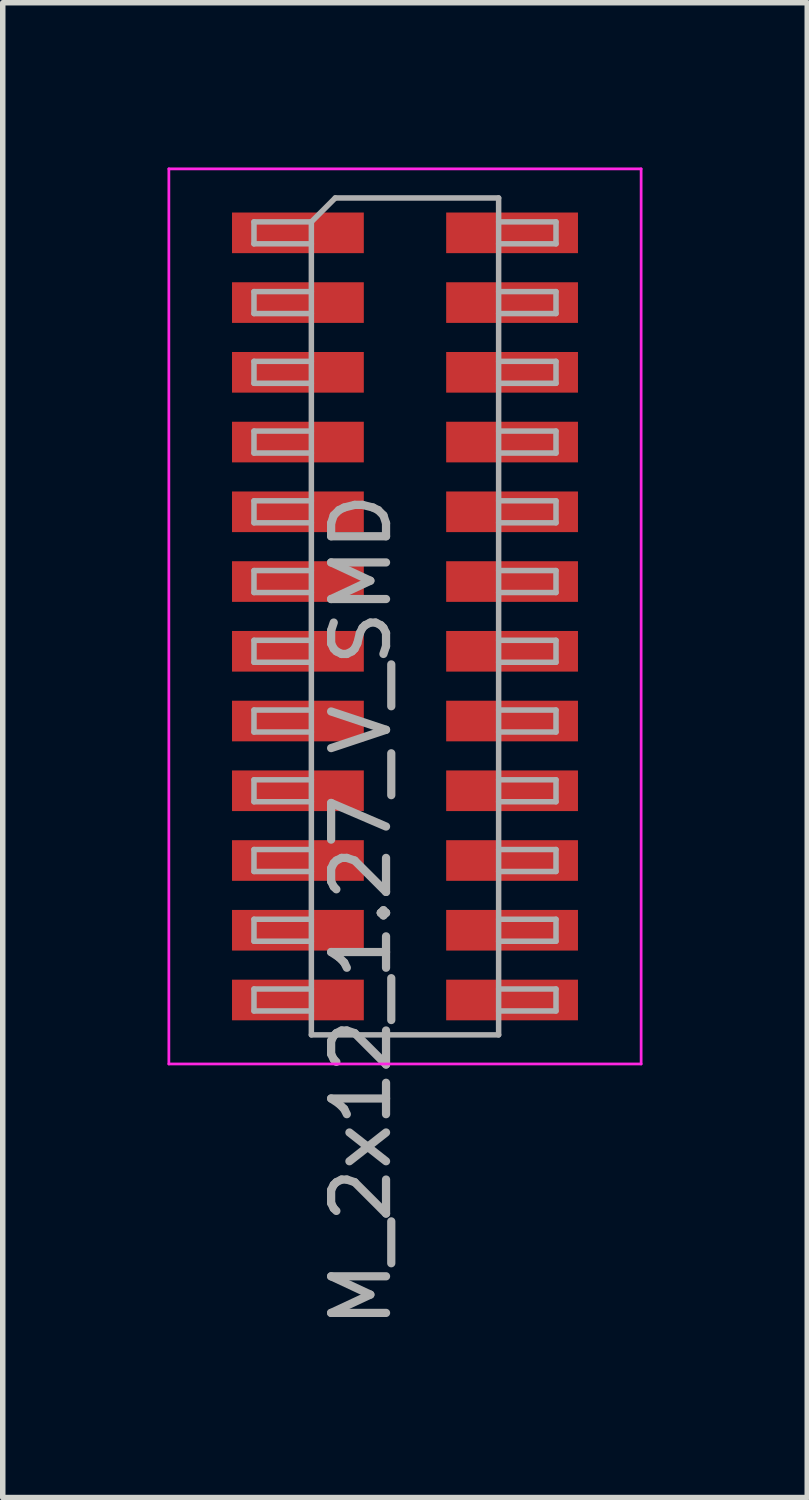
<source format=kicad_pcb>
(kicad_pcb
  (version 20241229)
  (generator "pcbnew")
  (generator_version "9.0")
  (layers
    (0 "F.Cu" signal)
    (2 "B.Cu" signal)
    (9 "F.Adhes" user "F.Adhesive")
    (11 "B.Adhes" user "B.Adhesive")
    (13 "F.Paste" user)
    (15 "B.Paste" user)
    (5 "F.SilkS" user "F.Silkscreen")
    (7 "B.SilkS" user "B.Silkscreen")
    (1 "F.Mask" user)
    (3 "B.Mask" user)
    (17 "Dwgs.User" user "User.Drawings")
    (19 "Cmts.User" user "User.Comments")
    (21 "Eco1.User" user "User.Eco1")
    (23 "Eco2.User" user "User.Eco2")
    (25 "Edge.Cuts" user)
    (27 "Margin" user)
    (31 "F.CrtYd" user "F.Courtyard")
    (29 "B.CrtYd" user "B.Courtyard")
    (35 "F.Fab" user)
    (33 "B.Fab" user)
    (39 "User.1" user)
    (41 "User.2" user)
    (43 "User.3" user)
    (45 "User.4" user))
  (footprint "M_2x12_1.27_V_SMD"
    (layer "F.Cu")
    (at 4.325 8.175)
    (property "Reference" "M_2x12_1.27_V_SMD" (at -0.8 5.35 90) (layer "F.Fab") (effects (font (size 1 1) (thickness 0.15))))
    (attr smd)
    (fp_line (start -4.3 -8.15) (end -4.3 8.15) (stroke (width 0.05) (type solid)) (layer "F.CrtYd"))
    (fp_line (start -4.3 8.15) (end 4.3 8.15) (stroke (width 0.05) (type solid)) (layer "F.CrtYd"))
    (fp_line (start 4.3 -8.15) (end -4.3 -8.15) (stroke (width 0.05) (type solid)) (layer "F.CrtYd"))
    (fp_line (start 4.3 8.15) (end 4.3 -8.15) (stroke (width 0.05) (type solid)) (layer "F.CrtYd"))
    (fp_line (start -2.75 -7.185) (end -2.75 -6.785) (stroke (width 0.1) (type solid)) (layer "F.Fab"))
    (fp_line (start -2.75 -6.785) (end -1.705 -6.785) (stroke (width 0.1) (type solid)) (layer "F.Fab"))
    (fp_line (start -2.75 -5.915) (end -2.75 -5.515) (stroke (width 0.1) (type solid)) (layer "F.Fab"))
    (fp_line (start -2.75 -5.515) (end -1.705 -5.515) (stroke (width 0.1) (type solid)) (layer "F.Fab"))
    (fp_line (start -2.75 -4.645) (end -2.75 -4.245) (stroke (width 0.1) (type solid)) (layer "F.Fab"))
    (fp_line (start -2.75 -4.245) (end -1.705 -4.245) (stroke (width 0.1) (type solid)) (layer "F.Fab"))
    (fp_line (start -2.75 -3.375) (end -2.75 -2.975) (stroke (width 0.1) (type solid)) (layer "F.Fab"))
    (fp_line (start -2.75 -2.975) (end -1.705 -2.975) (stroke (width 0.1) (type solid)) (layer "F.Fab"))
    (fp_line (start -2.75 -2.105) (end -2.75 -1.705) (stroke (width 0.1) (type solid)) (layer "F.Fab"))
    (fp_line (start -2.75 -1.705) (end -1.705 -1.705) (stroke (width 0.1) (type solid)) (layer "F.Fab"))
    (fp_line (start -2.75 -0.835) (end -2.75 -0.435) (stroke (width 0.1) (type solid)) (layer "F.Fab"))
    (fp_line (start -2.75 -0.435) (end -1.705 -0.435) (stroke (width 0.1) (type solid)) (layer "F.Fab"))
    (fp_line (start -2.75 0.435) (end -2.75 0.835) (stroke (width 0.1) (type solid)) (layer "F.Fab"))
    (fp_line (start -2.75 0.835) (end -1.705 0.835) (stroke (width 0.1) (type solid)) (layer "F.Fab"))
    (fp_line (start -2.75 1.705) (end -2.75 2.105) (stroke (width 0.1) (type solid)) (layer "F.Fab"))
    (fp_line (start -2.75 2.105) (end -1.705 2.105) (stroke (width 0.1) (type solid)) (layer "F.Fab"))
    (fp_line (start -2.75 2.975) (end -2.75 3.375) (stroke (width 0.1) (type solid)) (layer "F.Fab"))
    (fp_line (start -2.75 3.375) (end -1.705 3.375) (stroke (width 0.1) (type solid)) (layer "F.Fab"))
    (fp_line (start -2.75 4.245) (end -2.75 4.645) (stroke (width 0.1) (type solid)) (layer "F.Fab"))
    (fp_line (start -2.75 4.645) (end -1.705 4.645) (stroke (width 0.1) (type solid)) (layer "F.Fab"))
    (fp_line (start -2.75 5.515) (end -2.75 5.915) (stroke (width 0.1) (type solid)) (layer "F.Fab"))
    (fp_line (start -2.75 5.915) (end -1.705 5.915) (stroke (width 0.1) (type solid)) (layer "F.Fab"))
    (fp_line (start -2.75 6.785) (end -2.75 7.185) (stroke (width 0.1) (type solid)) (layer "F.Fab"))
    (fp_line (start -2.75 7.185) (end -1.705 7.185) (stroke (width 0.1) (type solid)) (layer "F.Fab"))
    (fp_line (start -1.705 -7.185) (end -2.75 -7.185) (stroke (width 0.1) (type solid)) (layer "F.Fab"))
    (fp_line (start -1.705 -7.185) (end -1.27 -7.62) (stroke (width 0.1) (type solid)) (layer "F.Fab"))
    (fp_line (start -1.705 -5.915) (end -2.75 -5.915) (stroke (width 0.1) (type solid)) (layer "F.Fab"))
    (fp_line (start -1.705 -4.645) (end -2.75 -4.645) (stroke (width 0.1) (type solid)) (layer "F.Fab"))
    (fp_line (start -1.705 -3.375) (end -2.75 -3.375) (stroke (width 0.1) (type solid)) (layer "F.Fab"))
    (fp_line (start -1.705 -2.105) (end -2.75 -2.105) (stroke (width 0.1) (type solid)) (layer "F.Fab"))
    (fp_line (start -1.705 -0.835) (end -2.75 -0.835) (stroke (width 0.1) (type solid)) (layer "F.Fab"))
    (fp_line (start -1.705 0.435) (end -2.75 0.435) (stroke (width 0.1) (type solid)) (layer "F.Fab"))
    (fp_line (start -1.705 1.705) (end -2.75 1.705) (stroke (width 0.1) (type solid)) (layer "F.Fab"))
    (fp_line (start -1.705 2.975) (end -2.75 2.975) (stroke (width 0.1) (type solid)) (layer "F.Fab"))
    (fp_line (start -1.705 4.245) (end -2.75 4.245) (stroke (width 0.1) (type solid)) (layer "F.Fab"))
    (fp_line (start -1.705 5.515) (end -2.75 5.515) (stroke (width 0.1) (type solid)) (layer "F.Fab"))
    (fp_line (start -1.705 6.785) (end -2.75 6.785) (stroke (width 0.1) (type solid)) (layer "F.Fab"))
    (fp_line (start -1.705 7.62) (end -1.705 -7.185) (stroke (width 0.1) (type solid)) (layer "F.Fab"))
    (fp_line (start -1.27 -7.62) (end 1.705 -7.62) (stroke (width 0.1) (type solid)) (layer "F.Fab"))
    (fp_line (start 1.705 -7.62) (end 1.705 7.62) (stroke (width 0.1) (type solid)) (layer "F.Fab"))
    (fp_line (start 1.705 -7.185) (end 2.75 -7.185) (stroke (width 0.1) (type solid)) (layer "F.Fab"))
    (fp_line (start 1.705 -5.915) (end 2.75 -5.915) (stroke (width 0.1) (type solid)) (layer "F.Fab"))
    (fp_line (start 1.705 -4.645) (end 2.75 -4.645) (stroke (width 0.1) (type solid)) (layer "F.Fab"))
    (fp_line (start 1.705 -3.375) (end 2.75 -3.375) (stroke (width 0.1) (type solid)) (layer "F.Fab"))
    (fp_line (start 1.705 -2.105) (end 2.75 -2.105) (stroke (width 0.1) (type solid)) (layer "F.Fab"))
    (fp_line (start 1.705 -0.835) (end 2.75 -0.835) (stroke (width 0.1) (type solid)) (layer "F.Fab"))
    (fp_line (start 1.705 0.435) (end 2.75 0.435) (stroke (width 0.1) (type solid)) (layer "F.Fab"))
    (fp_line (start 1.705 1.705) (end 2.75 1.705) (stroke (width 0.1) (type solid)) (layer "F.Fab"))
    (fp_line (start 1.705 2.975) (end 2.75 2.975) (stroke (width 0.1) (type solid)) (layer "F.Fab"))
    (fp_line (start 1.705 4.245) (end 2.75 4.245) (stroke (width 0.1) (type solid)) (layer "F.Fab"))
    (fp_line (start 1.705 5.515) (end 2.75 5.515) (stroke (width 0.1) (type solid)) (layer "F.Fab"))
    (fp_line (start 1.705 6.785) (end 2.75 6.785) (stroke (width 0.1) (type solid)) (layer "F.Fab"))
    (fp_line (start 1.705 7.62) (end -1.705 7.62) (stroke (width 0.1) (type solid)) (layer "F.Fab"))
    (fp_line (start 2.75 -7.185) (end 2.75 -6.785) (stroke (width 0.1) (type solid)) (layer "F.Fab"))
    (fp_line (start 2.75 -6.785) (end 1.705 -6.785) (stroke (width 0.1) (type solid)) (layer "F.Fab"))
    (fp_line (start 2.75 -5.915) (end 2.75 -5.515) (stroke (width 0.1) (type solid)) (layer "F.Fab"))
    (fp_line (start 2.75 -5.515) (end 1.705 -5.515) (stroke (width 0.1) (type solid)) (layer "F.Fab"))
    (fp_line (start 2.75 -4.645) (end 2.75 -4.245) (stroke (width 0.1) (type solid)) (layer "F.Fab"))
    (fp_line (start 2.75 -4.245) (end 1.705 -4.245) (stroke (width 0.1) (type solid)) (layer "F.Fab"))
    (fp_line (start 2.75 -3.375) (end 2.75 -2.975) (stroke (width 0.1) (type solid)) (layer "F.Fab"))
    (fp_line (start 2.75 -2.975) (end 1.705 -2.975) (stroke (width 0.1) (type solid)) (layer "F.Fab"))
    (fp_line (start 2.75 -2.105) (end 2.75 -1.705) (stroke (width 0.1) (type solid)) (layer "F.Fab"))
    (fp_line (start 2.75 -1.705) (end 1.705 -1.705) (stroke (width 0.1) (type solid)) (layer "F.Fab"))
    (fp_line (start 2.75 -0.835) (end 2.75 -0.435) (stroke (width 0.1) (type solid)) (layer "F.Fab"))
    (fp_line (start 2.75 -0.435) (end 1.705 -0.435) (stroke (width 0.1) (type solid)) (layer "F.Fab"))
    (fp_line (start 2.75 0.435) (end 2.75 0.835) (stroke (width 0.1) (type solid)) (layer "F.Fab"))
    (fp_line (start 2.75 0.835) (end 1.705 0.835) (stroke (width 0.1) (type solid)) (layer "F.Fab"))
    (fp_line (start 2.75 1.705) (end 2.75 2.105) (stroke (width 0.1) (type solid)) (layer "F.Fab"))
    (fp_line (start 2.75 2.105) (end 1.705 2.105) (stroke (width 0.1) (type solid)) (layer "F.Fab"))
    (fp_line (start 2.75 2.975) (end 2.75 3.375) (stroke (width 0.1) (type solid)) (layer "F.Fab"))
    (fp_line (start 2.75 3.375) (end 1.705 3.375) (stroke (width 0.1) (type solid)) (layer "F.Fab"))
    (fp_line (start 2.75 4.245) (end 2.75 4.645) (stroke (width 0.1) (type solid)) (layer "F.Fab"))
    (fp_line (start 2.75 4.645) (end 1.705 4.645) (stroke (width 0.1) (type solid)) (layer "F.Fab"))
    (fp_line (start 2.75 5.515) (end 2.75 5.915) (stroke (width 0.1) (type solid)) (layer "F.Fab"))
    (fp_line (start 2.75 5.915) (end 1.705 5.915) (stroke (width 0.1) (type solid)) (layer "F.Fab"))
    (fp_line (start 2.75 6.785) (end 2.75 7.185) (stroke (width 0.1) (type solid)) (layer "F.Fab"))
    (fp_line (start 2.75 7.185) (end 1.705 7.185) (stroke (width 0.1) (type solid)) (layer "F.Fab"))
    (pad "1" smd rect (at -1.95 -6.985) (size 2.4 0.74) (layers "F.Cu" "F.Mask" "F.Paste"))
    (pad "2" smd rect (at 1.95 -6.985) (size 2.4 0.74) (layers "F.Cu" "F.Mask" "F.Paste"))
    (pad "3" smd rect (at -1.95 -5.715) (size 2.4 0.74) (layers "F.Cu" "F.Mask" "F.Paste"))
    (pad "4" smd rect (at 1.95 -5.715) (size 2.4 0.74) (layers "F.Cu" "F.Mask" "F.Paste"))
    (pad "5" smd rect (at -1.95 -4.445) (size 2.4 0.74) (layers "F.Cu" "F.Mask" "F.Paste"))
    (pad "6" smd rect (at 1.95 -4.445) (size 2.4 0.74) (layers "F.Cu" "F.Mask" "F.Paste"))
    (pad "7" smd rect (at -1.95 -3.175) (size 2.4 0.74) (layers "F.Cu" "F.Mask" "F.Paste"))
    (pad "8" smd rect (at 1.95 -3.175) (size 2.4 0.74) (layers "F.Cu" "F.Mask" "F.Paste"))
    (pad "9" smd rect (at -1.95 -1.905) (size 2.4 0.74) (layers "F.Cu" "F.Mask" "F.Paste"))
    (pad "10" smd rect (at 1.95 -1.905) (size 2.4 0.74) (layers "F.Cu" "F.Mask" "F.Paste"))
    (pad "11" smd rect (at -1.95 -0.635) (size 2.4 0.74) (layers "F.Cu" "F.Mask" "F.Paste"))
    (pad "12" smd rect (at 1.95 -0.635) (size 2.4 0.74) (layers "F.Cu" "F.Mask" "F.Paste"))
    (pad "13" smd rect (at -1.95 0.635) (size 2.4 0.74) (layers "F.Cu" "F.Mask" "F.Paste"))
    (pad "14" smd rect (at 1.95 0.635) (size 2.4 0.74) (layers "F.Cu" "F.Mask" "F.Paste"))
    (pad "15" smd rect (at -1.95 1.905) (size 2.4 0.74) (layers "F.Cu" "F.Mask" "F.Paste"))
    (pad "16" smd rect (at 1.95 1.905) (size 2.4 0.74) (layers "F.Cu" "F.Mask" "F.Paste"))
    (pad "17" smd rect (at -1.95 3.175) (size 2.4 0.74) (layers "F.Cu" "F.Mask" "F.Paste"))
    (pad "18" smd rect (at 1.95 3.175) (size 2.4 0.74) (layers "F.Cu" "F.Mask" "F.Paste"))
    (pad "19" smd rect (at -1.95 4.445) (size 2.4 0.74) (layers "F.Cu" "F.Mask" "F.Paste"))
    (pad "20" smd rect (at 1.95 4.445) (size 2.4 0.74) (layers "F.Cu" "F.Mask" "F.Paste"))
    (pad "21" smd rect (at -1.95 5.715) (size 2.4 0.74) (layers "F.Cu" "F.Mask" "F.Paste"))
    (pad "22" smd rect (at 1.95 5.715) (size 2.4 0.74) (layers "F.Cu" "F.Mask" "F.Paste"))
    (pad "23" smd rect (at -1.95 6.985) (size 2.4 0.74) (layers "F.Cu" "F.Mask" "F.Paste"))
    (pad "24" smd rect (at 1.95 6.985) (size 2.4 0.74) (layers "F.Cu" "F.Mask" "F.Paste")))
  (gr_rect
    (start -3 -3)
    (end 11.65 24.221)
    (stroke (width 0.1) (type default))
    (fill no)
    (layer "Edge.Cuts")))
</source>
